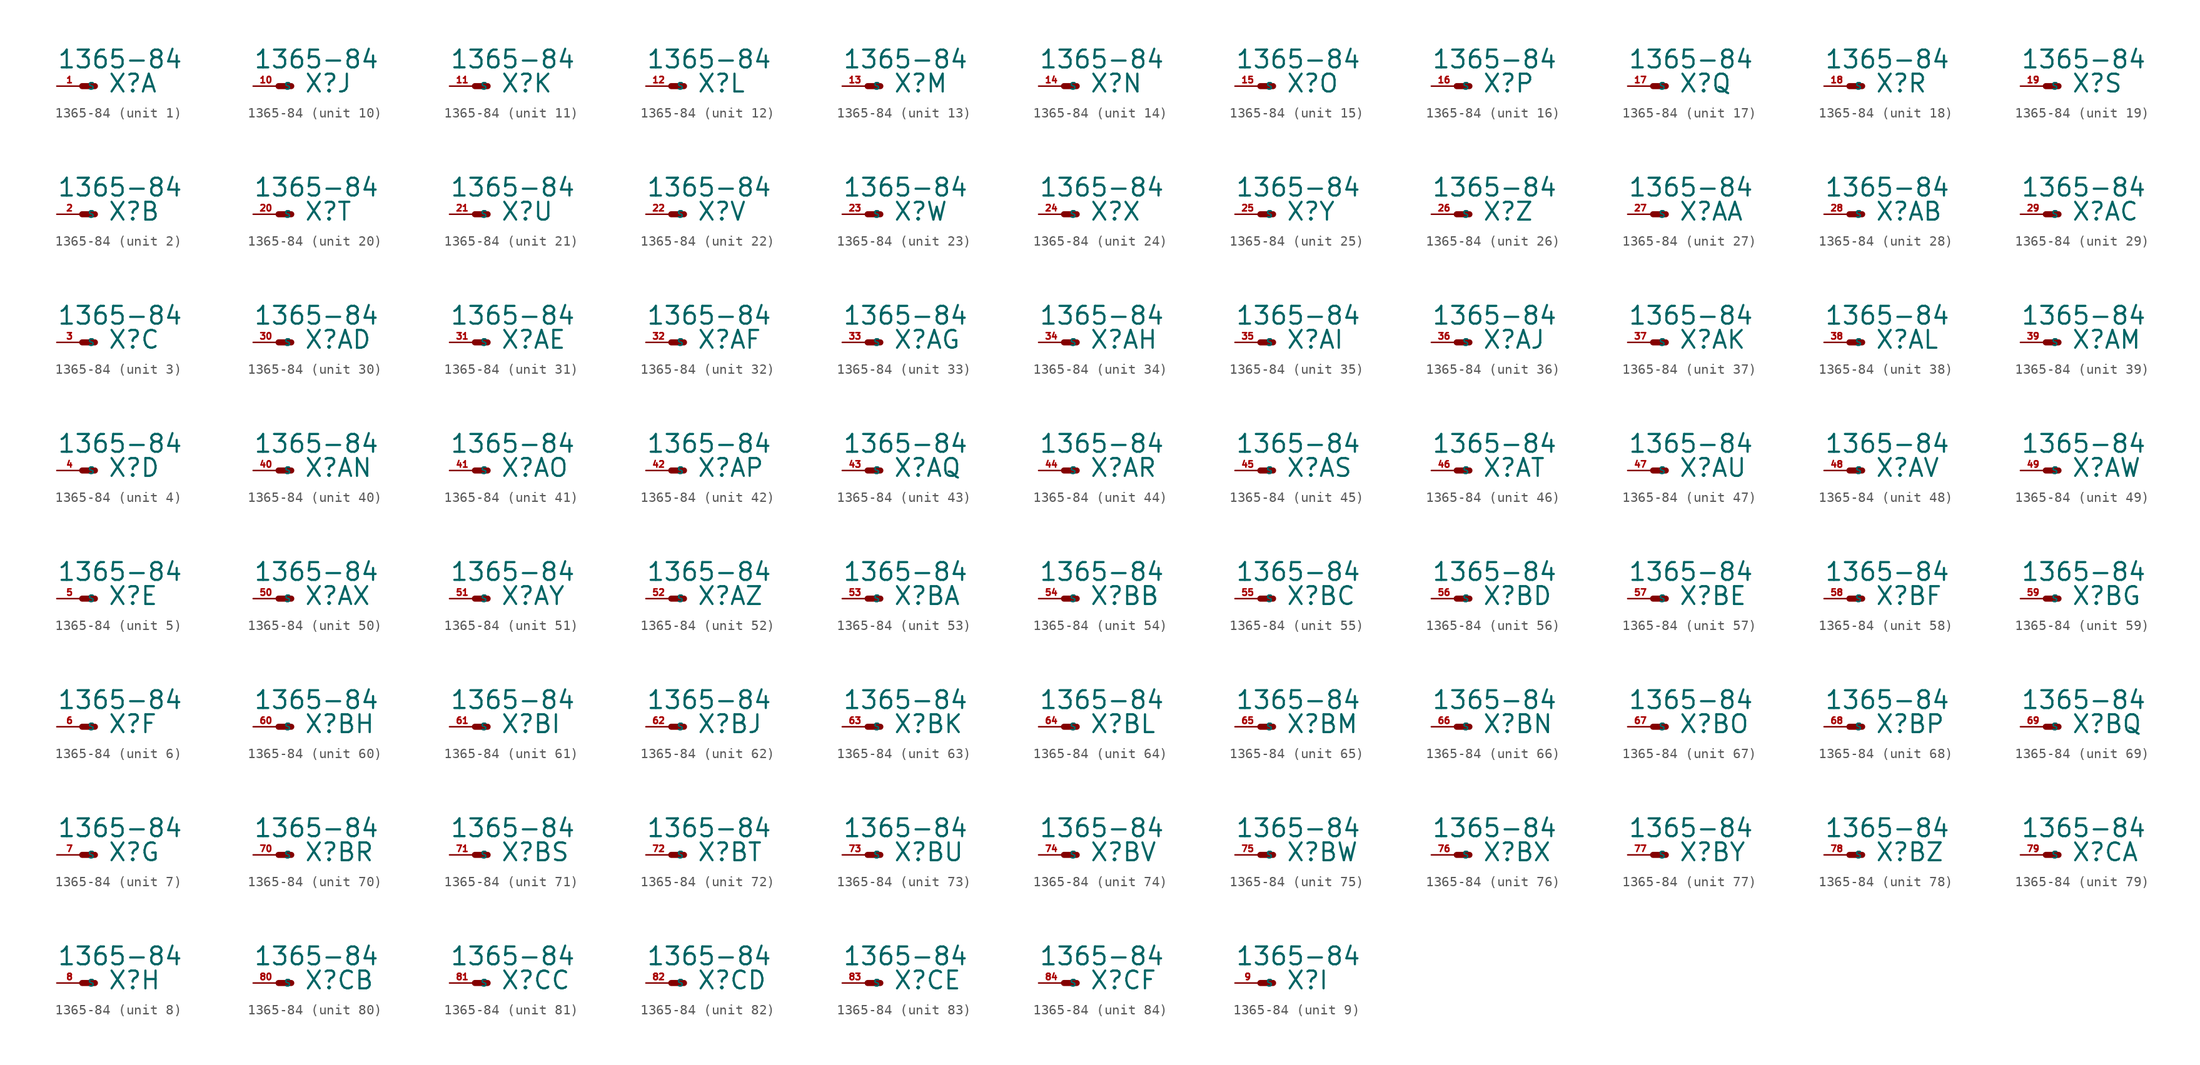
<source format=kicad_sym>
(kicad_symbol_lib
  (version 20220914)
  (generator Eagle2Kicad)
  (symbol "1365-84"
    (property "Reference" "X"
      (at 2.54 -0.762 0)
      (effects (font (size 1.778 1.778) (thickness 0.22)) (justify left bottom)))
    (property "Value" "1365-84"
      (at -2.54 1.651 0)
      (effects (font (size 1.778 1.778) (thickness 0.22)) (justify left bottom)))
    (symbol "1365-84_1_0"
      (polyline (pts (xy 0 0) (xy 1.27 0)) (stroke (width 0.61) (type default)) (fill (type none)))
      (pin passive line (at -2.54 0 0) (length 2.54) (name "S" (effects (font (size 0.635 0.635) (thickness 0.08)) (justify left bottom))) (number "1" (effects (font (size 0.635 0.635) (thickness 0.08)) (justify left bottom)))))
    (symbol "1365-84_2_0"
      (polyline (pts (xy 0 0) (xy 1.27 0)) (stroke (width 0.61) (type default)) (fill (type none)))
      (pin passive line (at -2.54 0 0) (length 2.54) (name "S" (effects (font (size 0.635 0.635) (thickness 0.08)) (justify left bottom))) (number "2" (effects (font (size 0.635 0.635) (thickness 0.08)) (justify left bottom)))))
    (symbol "1365-84_3_0"
      (polyline (pts (xy 0 0) (xy 1.27 0)) (stroke (width 0.61) (type default)) (fill (type none)))
      (pin passive line (at -2.54 0 0) (length 2.54) (name "S" (effects (font (size 0.635 0.635) (thickness 0.08)) (justify left bottom))) (number "3" (effects (font (size 0.635 0.635) (thickness 0.08)) (justify left bottom)))))
    (symbol "1365-84_4_0"
      (polyline (pts (xy 0 0) (xy 1.27 0)) (stroke (width 0.61) (type default)) (fill (type none)))
      (pin passive line (at -2.54 0 0) (length 2.54) (name "S" (effects (font (size 0.635 0.635) (thickness 0.08)) (justify left bottom))) (number "4" (effects (font (size 0.635 0.635) (thickness 0.08)) (justify left bottom)))))
    (symbol "1365-84_5_0"
      (polyline (pts (xy 0 0) (xy 1.27 0)) (stroke (width 0.61) (type default)) (fill (type none)))
      (pin passive line (at -2.54 0 0) (length 2.54) (name "S" (effects (font (size 0.635 0.635) (thickness 0.08)) (justify left bottom))) (number "5" (effects (font (size 0.635 0.635) (thickness 0.08)) (justify left bottom)))))
    (symbol "1365-84_6_0"
      (polyline (pts (xy 0 0) (xy 1.27 0)) (stroke (width 0.61) (type default)) (fill (type none)))
      (pin passive line (at -2.54 0 0) (length 2.54) (name "S" (effects (font (size 0.635 0.635) (thickness 0.08)) (justify left bottom))) (number "6" (effects (font (size 0.635 0.635) (thickness 0.08)) (justify left bottom)))))
    (symbol "1365-84_7_0"
      (polyline (pts (xy 0 0) (xy 1.27 0)) (stroke (width 0.61) (type default)) (fill (type none)))
      (pin passive line (at -2.54 0 0) (length 2.54) (name "S" (effects (font (size 0.635 0.635) (thickness 0.08)) (justify left bottom))) (number "7" (effects (font (size 0.635 0.635) (thickness 0.08)) (justify left bottom)))))
    (symbol "1365-84_8_0"
      (polyline (pts (xy 0 0) (xy 1.27 0)) (stroke (width 0.61) (type default)) (fill (type none)))
      (pin passive line (at -2.54 0 0) (length 2.54) (name "S" (effects (font (size 0.635 0.635) (thickness 0.08)) (justify left bottom))) (number "8" (effects (font (size 0.635 0.635) (thickness 0.08)) (justify left bottom)))))
    (symbol "1365-84_9_0"
      (polyline (pts (xy 0 0) (xy 1.27 0)) (stroke (width 0.61) (type default)) (fill (type none)))
      (pin passive line (at -2.54 0 0) (length 2.54) (name "S" (effects (font (size 0.635 0.635) (thickness 0.08)) (justify left bottom))) (number "9" (effects (font (size 0.635 0.635) (thickness 0.08)) (justify left bottom)))))
    (symbol "1365-84_10_0"
      (polyline (pts (xy 0 0) (xy 1.27 0)) (stroke (width 0.61) (type default)) (fill (type none)))
      (pin passive line (at -2.54 0 0) (length 2.54) (name "S" (effects (font (size 0.635 0.635) (thickness 0.08)) (justify left bottom))) (number "10" (effects (font (size 0.635 0.635) (thickness 0.08)) (justify left bottom)))))
    (symbol "1365-84_11_0"
      (polyline (pts (xy 0 0) (xy 1.27 0)) (stroke (width 0.61) (type default)) (fill (type none)))
      (pin passive line (at -2.54 0 0) (length 2.54) (name "S" (effects (font (size 0.635 0.635) (thickness 0.08)) (justify left bottom))) (number "11" (effects (font (size 0.635 0.635) (thickness 0.08)) (justify left bottom)))))
    (symbol "1365-84_12_0"
      (polyline (pts (xy 0 0) (xy 1.27 0)) (stroke (width 0.61) (type default)) (fill (type none)))
      (pin passive line (at -2.54 0 0) (length 2.54) (name "S" (effects (font (size 0.635 0.635) (thickness 0.08)) (justify left bottom))) (number "12" (effects (font (size 0.635 0.635) (thickness 0.08)) (justify left bottom)))))
    (symbol "1365-84_13_0"
      (polyline (pts (xy 0 0) (xy 1.27 0)) (stroke (width 0.61) (type default)) (fill (type none)))
      (pin passive line (at -2.54 0 0) (length 2.54) (name "S" (effects (font (size 0.635 0.635) (thickness 0.08)) (justify left bottom))) (number "13" (effects (font (size 0.635 0.635) (thickness 0.08)) (justify left bottom)))))
    (symbol "1365-84_14_0"
      (polyline (pts (xy 0 0) (xy 1.27 0)) (stroke (width 0.61) (type default)) (fill (type none)))
      (pin passive line (at -2.54 0 0) (length 2.54) (name "S" (effects (font (size 0.635 0.635) (thickness 0.08)) (justify left bottom))) (number "14" (effects (font (size 0.635 0.635) (thickness 0.08)) (justify left bottom)))))
    (symbol "1365-84_15_0"
      (polyline (pts (xy 0 0) (xy 1.27 0)) (stroke (width 0.61) (type default)) (fill (type none)))
      (pin passive line (at -2.54 0 0) (length 2.54) (name "S" (effects (font (size 0.635 0.635) (thickness 0.08)) (justify left bottom))) (number "15" (effects (font (size 0.635 0.635) (thickness 0.08)) (justify left bottom)))))
    (symbol "1365-84_16_0"
      (polyline (pts (xy 0 0) (xy 1.27 0)) (stroke (width 0.61) (type default)) (fill (type none)))
      (pin passive line (at -2.54 0 0) (length 2.54) (name "S" (effects (font (size 0.635 0.635) (thickness 0.08)) (justify left bottom))) (number "16" (effects (font (size 0.635 0.635) (thickness 0.08)) (justify left bottom)))))
    (symbol "1365-84_17_0"
      (polyline (pts (xy 0 0) (xy 1.27 0)) (stroke (width 0.61) (type default)) (fill (type none)))
      (pin passive line (at -2.54 0 0) (length 2.54) (name "S" (effects (font (size 0.635 0.635) (thickness 0.08)) (justify left bottom))) (number "17" (effects (font (size 0.635 0.635) (thickness 0.08)) (justify left bottom)))))
    (symbol "1365-84_18_0"
      (polyline (pts (xy 0 0) (xy 1.27 0)) (stroke (width 0.61) (type default)) (fill (type none)))
      (pin passive line (at -2.54 0 0) (length 2.54) (name "S" (effects (font (size 0.635 0.635) (thickness 0.08)) (justify left bottom))) (number "18" (effects (font (size 0.635 0.635) (thickness 0.08)) (justify left bottom)))))
    (symbol "1365-84_19_0"
      (polyline (pts (xy 0 0) (xy 1.27 0)) (stroke (width 0.61) (type default)) (fill (type none)))
      (pin passive line (at -2.54 0 0) (length 2.54) (name "S" (effects (font (size 0.635 0.635) (thickness 0.08)) (justify left bottom))) (number "19" (effects (font (size 0.635 0.635) (thickness 0.08)) (justify left bottom)))))
    (symbol "1365-84_20_0"
      (polyline (pts (xy 0 0) (xy 1.27 0)) (stroke (width 0.61) (type default)) (fill (type none)))
      (pin passive line (at -2.54 0 0) (length 2.54) (name "S" (effects (font (size 0.635 0.635) (thickness 0.08)) (justify left bottom))) (number "20" (effects (font (size 0.635 0.635) (thickness 0.08)) (justify left bottom)))))
    (symbol "1365-84_21_0"
      (polyline (pts (xy 0 0) (xy 1.27 0)) (stroke (width 0.61) (type default)) (fill (type none)))
      (pin passive line (at -2.54 0 0) (length 2.54) (name "S" (effects (font (size 0.635 0.635) (thickness 0.08)) (justify left bottom))) (number "21" (effects (font (size 0.635 0.635) (thickness 0.08)) (justify left bottom)))))
    (symbol "1365-84_22_0"
      (polyline (pts (xy 0 0) (xy 1.27 0)) (stroke (width 0.61) (type default)) (fill (type none)))
      (pin passive line (at -2.54 0 0) (length 2.54) (name "S" (effects (font (size 0.635 0.635) (thickness 0.08)) (justify left bottom))) (number "22" (effects (font (size 0.635 0.635) (thickness 0.08)) (justify left bottom)))))
    (symbol "1365-84_23_0"
      (polyline (pts (xy 0 0) (xy 1.27 0)) (stroke (width 0.61) (type default)) (fill (type none)))
      (pin passive line (at -2.54 0 0) (length 2.54) (name "S" (effects (font (size 0.635 0.635) (thickness 0.08)) (justify left bottom))) (number "23" (effects (font (size 0.635 0.635) (thickness 0.08)) (justify left bottom)))))
    (symbol "1365-84_24_0"
      (polyline (pts (xy 0 0) (xy 1.27 0)) (stroke (width 0.61) (type default)) (fill (type none)))
      (pin passive line (at -2.54 0 0) (length 2.54) (name "S" (effects (font (size 0.635 0.635) (thickness 0.08)) (justify left bottom))) (number "24" (effects (font (size 0.635 0.635) (thickness 0.08)) (justify left bottom)))))
    (symbol "1365-84_25_0"
      (polyline (pts (xy 0 0) (xy 1.27 0)) (stroke (width 0.61) (type default)) (fill (type none)))
      (pin passive line (at -2.54 0 0) (length 2.54) (name "S" (effects (font (size 0.635 0.635) (thickness 0.08)) (justify left bottom))) (number "25" (effects (font (size 0.635 0.635) (thickness 0.08)) (justify left bottom)))))
    (symbol "1365-84_26_0"
      (polyline (pts (xy 0 0) (xy 1.27 0)) (stroke (width 0.61) (type default)) (fill (type none)))
      (pin passive line (at -2.54 0 0) (length 2.54) (name "S" (effects (font (size 0.635 0.635) (thickness 0.08)) (justify left bottom))) (number "26" (effects (font (size 0.635 0.635) (thickness 0.08)) (justify left bottom)))))
    (symbol "1365-84_27_0"
      (polyline (pts (xy 0 0) (xy 1.27 0)) (stroke (width 0.61) (type default)) (fill (type none)))
      (pin passive line (at -2.54 0 0) (length 2.54) (name "S" (effects (font (size 0.635 0.635) (thickness 0.08)) (justify left bottom))) (number "27" (effects (font (size 0.635 0.635) (thickness 0.08)) (justify left bottom)))))
    (symbol "1365-84_28_0"
      (polyline (pts (xy 0 0) (xy 1.27 0)) (stroke (width 0.61) (type default)) (fill (type none)))
      (pin passive line (at -2.54 0 0) (length 2.54) (name "S" (effects (font (size 0.635 0.635) (thickness 0.08)) (justify left bottom))) (number "28" (effects (font (size 0.635 0.635) (thickness 0.08)) (justify left bottom)))))
    (symbol "1365-84_29_0"
      (polyline (pts (xy 0 0) (xy 1.27 0)) (stroke (width 0.61) (type default)) (fill (type none)))
      (pin passive line (at -2.54 0 0) (length 2.54) (name "S" (effects (font (size 0.635 0.635) (thickness 0.08)) (justify left bottom))) (number "29" (effects (font (size 0.635 0.635) (thickness 0.08)) (justify left bottom)))))
    (symbol "1365-84_30_0"
      (polyline (pts (xy 0 0) (xy 1.27 0)) (stroke (width 0.61) (type default)) (fill (type none)))
      (pin passive line (at -2.54 0 0) (length 2.54) (name "S" (effects (font (size 0.635 0.635) (thickness 0.08)) (justify left bottom))) (number "30" (effects (font (size 0.635 0.635) (thickness 0.08)) (justify left bottom)))))
    (symbol "1365-84_31_0"
      (polyline (pts (xy 0 0) (xy 1.27 0)) (stroke (width 0.61) (type default)) (fill (type none)))
      (pin passive line (at -2.54 0 0) (length 2.54) (name "S" (effects (font (size 0.635 0.635) (thickness 0.08)) (justify left bottom))) (number "31" (effects (font (size 0.635 0.635) (thickness 0.08)) (justify left bottom)))))
    (symbol "1365-84_32_0"
      (polyline (pts (xy 0 0) (xy 1.27 0)) (stroke (width 0.61) (type default)) (fill (type none)))
      (pin passive line (at -2.54 0 0) (length 2.54) (name "S" (effects (font (size 0.635 0.635) (thickness 0.08)) (justify left bottom))) (number "32" (effects (font (size 0.635 0.635) (thickness 0.08)) (justify left bottom)))))
    (symbol "1365-84_33_0"
      (polyline (pts (xy 0 0) (xy 1.27 0)) (stroke (width 0.61) (type default)) (fill (type none)))
      (pin passive line (at -2.54 0 0) (length 2.54) (name "S" (effects (font (size 0.635 0.635) (thickness 0.08)) (justify left bottom))) (number "33" (effects (font (size 0.635 0.635) (thickness 0.08)) (justify left bottom)))))
    (symbol "1365-84_34_0"
      (polyline (pts (xy 0 0) (xy 1.27 0)) (stroke (width 0.61) (type default)) (fill (type none)))
      (pin passive line (at -2.54 0 0) (length 2.54) (name "S" (effects (font (size 0.635 0.635) (thickness 0.08)) (justify left bottom))) (number "34" (effects (font (size 0.635 0.635) (thickness 0.08)) (justify left bottom)))))
    (symbol "1365-84_35_0"
      (polyline (pts (xy 0 0) (xy 1.27 0)) (stroke (width 0.61) (type default)) (fill (type none)))
      (pin passive line (at -2.54 0 0) (length 2.54) (name "S" (effects (font (size 0.635 0.635) (thickness 0.08)) (justify left bottom))) (number "35" (effects (font (size 0.635 0.635) (thickness 0.08)) (justify left bottom)))))
    (symbol "1365-84_36_0"
      (polyline (pts (xy 0 0) (xy 1.27 0)) (stroke (width 0.61) (type default)) (fill (type none)))
      (pin passive line (at -2.54 0 0) (length 2.54) (name "S" (effects (font (size 0.635 0.635) (thickness 0.08)) (justify left bottom))) (number "36" (effects (font (size 0.635 0.635) (thickness 0.08)) (justify left bottom)))))
    (symbol "1365-84_37_0"
      (polyline (pts (xy 0 0) (xy 1.27 0)) (stroke (width 0.61) (type default)) (fill (type none)))
      (pin passive line (at -2.54 0 0) (length 2.54) (name "S" (effects (font (size 0.635 0.635) (thickness 0.08)) (justify left bottom))) (number "37" (effects (font (size 0.635 0.635) (thickness 0.08)) (justify left bottom)))))
    (symbol "1365-84_38_0"
      (polyline (pts (xy 0 0) (xy 1.27 0)) (stroke (width 0.61) (type default)) (fill (type none)))
      (pin passive line (at -2.54 0 0) (length 2.54) (name "S" (effects (font (size 0.635 0.635) (thickness 0.08)) (justify left bottom))) (number "38" (effects (font (size 0.635 0.635) (thickness 0.08)) (justify left bottom)))))
    (symbol "1365-84_39_0"
      (polyline (pts (xy 0 0) (xy 1.27 0)) (stroke (width 0.61) (type default)) (fill (type none)))
      (pin passive line (at -2.54 0 0) (length 2.54) (name "S" (effects (font (size 0.635 0.635) (thickness 0.08)) (justify left bottom))) (number "39" (effects (font (size 0.635 0.635) (thickness 0.08)) (justify left bottom)))))
    (symbol "1365-84_40_0"
      (polyline (pts (xy 0 0) (xy 1.27 0)) (stroke (width 0.61) (type default)) (fill (type none)))
      (pin passive line (at -2.54 0 0) (length 2.54) (name "S" (effects (font (size 0.635 0.635) (thickness 0.08)) (justify left bottom))) (number "40" (effects (font (size 0.635 0.635) (thickness 0.08)) (justify left bottom)))))
    (symbol "1365-84_41_0"
      (polyline (pts (xy 0 0) (xy 1.27 0)) (stroke (width 0.61) (type default)) (fill (type none)))
      (pin passive line (at -2.54 0 0) (length 2.54) (name "S" (effects (font (size 0.635 0.635) (thickness 0.08)) (justify left bottom))) (number "41" (effects (font (size 0.635 0.635) (thickness 0.08)) (justify left bottom)))))
    (symbol "1365-84_42_0"
      (polyline (pts (xy 0 0) (xy 1.27 0)) (stroke (width 0.61) (type default)) (fill (type none)))
      (pin passive line (at -2.54 0 0) (length 2.54) (name "S" (effects (font (size 0.635 0.635) (thickness 0.08)) (justify left bottom))) (number "42" (effects (font (size 0.635 0.635) (thickness 0.08)) (justify left bottom)))))
    (symbol "1365-84_43_0"
      (polyline (pts (xy 0 0) (xy 1.27 0)) (stroke (width 0.61) (type default)) (fill (type none)))
      (pin passive line (at -2.54 0 0) (length 2.54) (name "S" (effects (font (size 0.635 0.635) (thickness 0.08)) (justify left bottom))) (number "43" (effects (font (size 0.635 0.635) (thickness 0.08)) (justify left bottom)))))
    (symbol "1365-84_44_0"
      (polyline (pts (xy 0 0) (xy 1.27 0)) (stroke (width 0.61) (type default)) (fill (type none)))
      (pin passive line (at -2.54 0 0) (length 2.54) (name "S" (effects (font (size 0.635 0.635) (thickness 0.08)) (justify left bottom))) (number "44" (effects (font (size 0.635 0.635) (thickness 0.08)) (justify left bottom)))))
    (symbol "1365-84_45_0"
      (polyline (pts (xy 0 0) (xy 1.27 0)) (stroke (width 0.61) (type default)) (fill (type none)))
      (pin passive line (at -2.54 0 0) (length 2.54) (name "S" (effects (font (size 0.635 0.635) (thickness 0.08)) (justify left bottom))) (number "45" (effects (font (size 0.635 0.635) (thickness 0.08)) (justify left bottom)))))
    (symbol "1365-84_46_0"
      (polyline (pts (xy 0 0) (xy 1.27 0)) (stroke (width 0.61) (type default)) (fill (type none)))
      (pin passive line (at -2.54 0 0) (length 2.54) (name "S" (effects (font (size 0.635 0.635) (thickness 0.08)) (justify left bottom))) (number "46" (effects (font (size 0.635 0.635) (thickness 0.08)) (justify left bottom)))))
    (symbol "1365-84_47_0"
      (polyline (pts (xy 0 0) (xy 1.27 0)) (stroke (width 0.61) (type default)) (fill (type none)))
      (pin passive line (at -2.54 0 0) (length 2.54) (name "S" (effects (font (size 0.635 0.635) (thickness 0.08)) (justify left bottom))) (number "47" (effects (font (size 0.635 0.635) (thickness 0.08)) (justify left bottom)))))
    (symbol "1365-84_48_0"
      (polyline (pts (xy 0 0) (xy 1.27 0)) (stroke (width 0.61) (type default)) (fill (type none)))
      (pin passive line (at -2.54 0 0) (length 2.54) (name "S" (effects (font (size 0.635 0.635) (thickness 0.08)) (justify left bottom))) (number "48" (effects (font (size 0.635 0.635) (thickness 0.08)) (justify left bottom)))))
    (symbol "1365-84_49_0"
      (polyline (pts (xy 0 0) (xy 1.27 0)) (stroke (width 0.61) (type default)) (fill (type none)))
      (pin passive line (at -2.54 0 0) (length 2.54) (name "S" (effects (font (size 0.635 0.635) (thickness 0.08)) (justify left bottom))) (number "49" (effects (font (size 0.635 0.635) (thickness 0.08)) (justify left bottom)))))
    (symbol "1365-84_50_0"
      (polyline (pts (xy 0 0) (xy 1.27 0)) (stroke (width 0.61) (type default)) (fill (type none)))
      (pin passive line (at -2.54 0 0) (length 2.54) (name "S" (effects (font (size 0.635 0.635) (thickness 0.08)) (justify left bottom))) (number "50" (effects (font (size 0.635 0.635) (thickness 0.08)) (justify left bottom)))))
    (symbol "1365-84_51_0"
      (polyline (pts (xy 0 0) (xy 1.27 0)) (stroke (width 0.61) (type default)) (fill (type none)))
      (pin passive line (at -2.54 0 0) (length 2.54) (name "S" (effects (font (size 0.635 0.635) (thickness 0.08)) (justify left bottom))) (number "51" (effects (font (size 0.635 0.635) (thickness 0.08)) (justify left bottom)))))
    (symbol "1365-84_52_0"
      (polyline (pts (xy 0 0) (xy 1.27 0)) (stroke (width 0.61) (type default)) (fill (type none)))
      (pin passive line (at -2.54 0 0) (length 2.54) (name "S" (effects (font (size 0.635 0.635) (thickness 0.08)) (justify left bottom))) (number "52" (effects (font (size 0.635 0.635) (thickness 0.08)) (justify left bottom)))))
    (symbol "1365-84_53_0"
      (polyline (pts (xy 0 0) (xy 1.27 0)) (stroke (width 0.61) (type default)) (fill (type none)))
      (pin passive line (at -2.54 0 0) (length 2.54) (name "S" (effects (font (size 0.635 0.635) (thickness 0.08)) (justify left bottom))) (number "53" (effects (font (size 0.635 0.635) (thickness 0.08)) (justify left bottom)))))
    (symbol "1365-84_54_0"
      (polyline (pts (xy 0 0) (xy 1.27 0)) (stroke (width 0.61) (type default)) (fill (type none)))
      (pin passive line (at -2.54 0 0) (length 2.54) (name "S" (effects (font (size 0.635 0.635) (thickness 0.08)) (justify left bottom))) (number "54" (effects (font (size 0.635 0.635) (thickness 0.08)) (justify left bottom)))))
    (symbol "1365-84_55_0"
      (polyline (pts (xy 0 0) (xy 1.27 0)) (stroke (width 0.61) (type default)) (fill (type none)))
      (pin passive line (at -2.54 0 0) (length 2.54) (name "S" (effects (font (size 0.635 0.635) (thickness 0.08)) (justify left bottom))) (number "55" (effects (font (size 0.635 0.635) (thickness 0.08)) (justify left bottom)))))
    (symbol "1365-84_56_0"
      (polyline (pts (xy 0 0) (xy 1.27 0)) (stroke (width 0.61) (type default)) (fill (type none)))
      (pin passive line (at -2.54 0 0) (length 2.54) (name "S" (effects (font (size 0.635 0.635) (thickness 0.08)) (justify left bottom))) (number "56" (effects (font (size 0.635 0.635) (thickness 0.08)) (justify left bottom)))))
    (symbol "1365-84_57_0"
      (polyline (pts (xy 0 0) (xy 1.27 0)) (stroke (width 0.61) (type default)) (fill (type none)))
      (pin passive line (at -2.54 0 0) (length 2.54) (name "S" (effects (font (size 0.635 0.635) (thickness 0.08)) (justify left bottom))) (number "57" (effects (font (size 0.635 0.635) (thickness 0.08)) (justify left bottom)))))
    (symbol "1365-84_58_0"
      (polyline (pts (xy 0 0) (xy 1.27 0)) (stroke (width 0.61) (type default)) (fill (type none)))
      (pin passive line (at -2.54 0 0) (length 2.54) (name "S" (effects (font (size 0.635 0.635) (thickness 0.08)) (justify left bottom))) (number "58" (effects (font (size 0.635 0.635) (thickness 0.08)) (justify left bottom)))))
    (symbol "1365-84_59_0"
      (polyline (pts (xy 0 0) (xy 1.27 0)) (stroke (width 0.61) (type default)) (fill (type none)))
      (pin passive line (at -2.54 0 0) (length 2.54) (name "S" (effects (font (size 0.635 0.635) (thickness 0.08)) (justify left bottom))) (number "59" (effects (font (size 0.635 0.635) (thickness 0.08)) (justify left bottom)))))
    (symbol "1365-84_60_0"
      (polyline (pts (xy 0 0) (xy 1.27 0)) (stroke (width 0.61) (type default)) (fill (type none)))
      (pin passive line (at -2.54 0 0) (length 2.54) (name "S" (effects (font (size 0.635 0.635) (thickness 0.08)) (justify left bottom))) (number "60" (effects (font (size 0.635 0.635) (thickness 0.08)) (justify left bottom)))))
    (symbol "1365-84_61_0"
      (polyline (pts (xy 0 0) (xy 1.27 0)) (stroke (width 0.61) (type default)) (fill (type none)))
      (pin passive line (at -2.54 0 0) (length 2.54) (name "S" (effects (font (size 0.635 0.635) (thickness 0.08)) (justify left bottom))) (number "61" (effects (font (size 0.635 0.635) (thickness 0.08)) (justify left bottom)))))
    (symbol "1365-84_62_0"
      (polyline (pts (xy 0 0) (xy 1.27 0)) (stroke (width 0.61) (type default)) (fill (type none)))
      (pin passive line (at -2.54 0 0) (length 2.54) (name "S" (effects (font (size 0.635 0.635) (thickness 0.08)) (justify left bottom))) (number "62" (effects (font (size 0.635 0.635) (thickness 0.08)) (justify left bottom)))))
    (symbol "1365-84_63_0"
      (polyline (pts (xy 0 0) (xy 1.27 0)) (stroke (width 0.61) (type default)) (fill (type none)))
      (pin passive line (at -2.54 0 0) (length 2.54) (name "S" (effects (font (size 0.635 0.635) (thickness 0.08)) (justify left bottom))) (number "63" (effects (font (size 0.635 0.635) (thickness 0.08)) (justify left bottom)))))
    (symbol "1365-84_64_0"
      (polyline (pts (xy 0 0) (xy 1.27 0)) (stroke (width 0.61) (type default)) (fill (type none)))
      (pin passive line (at -2.54 0 0) (length 2.54) (name "S" (effects (font (size 0.635 0.635) (thickness 0.08)) (justify left bottom))) (number "64" (effects (font (size 0.635 0.635) (thickness 0.08)) (justify left bottom)))))
    (symbol "1365-84_65_0"
      (polyline (pts (xy 0 0) (xy 1.27 0)) (stroke (width 0.61) (type default)) (fill (type none)))
      (pin passive line (at -2.54 0 0) (length 2.54) (name "S" (effects (font (size 0.635 0.635) (thickness 0.08)) (justify left bottom))) (number "65" (effects (font (size 0.635 0.635) (thickness 0.08)) (justify left bottom)))))
    (symbol "1365-84_66_0"
      (polyline (pts (xy 0 0) (xy 1.27 0)) (stroke (width 0.61) (type default)) (fill (type none)))
      (pin passive line (at -2.54 0 0) (length 2.54) (name "S" (effects (font (size 0.635 0.635) (thickness 0.08)) (justify left bottom))) (number "66" (effects (font (size 0.635 0.635) (thickness 0.08)) (justify left bottom)))))
    (symbol "1365-84_67_0"
      (polyline (pts (xy 0 0) (xy 1.27 0)) (stroke (width 0.61) (type default)) (fill (type none)))
      (pin passive line (at -2.54 0 0) (length 2.54) (name "S" (effects (font (size 0.635 0.635) (thickness 0.08)) (justify left bottom))) (number "67" (effects (font (size 0.635 0.635) (thickness 0.08)) (justify left bottom)))))
    (symbol "1365-84_68_0"
      (polyline (pts (xy 0 0) (xy 1.27 0)) (stroke (width 0.61) (type default)) (fill (type none)))
      (pin passive line (at -2.54 0 0) (length 2.54) (name "S" (effects (font (size 0.635 0.635) (thickness 0.08)) (justify left bottom))) (number "68" (effects (font (size 0.635 0.635) (thickness 0.08)) (justify left bottom)))))
    (symbol "1365-84_69_0"
      (polyline (pts (xy 0 0) (xy 1.27 0)) (stroke (width 0.61) (type default)) (fill (type none)))
      (pin passive line (at -2.54 0 0) (length 2.54) (name "S" (effects (font (size 0.635 0.635) (thickness 0.08)) (justify left bottom))) (number "69" (effects (font (size 0.635 0.635) (thickness 0.08)) (justify left bottom)))))
    (symbol "1365-84_70_0"
      (polyline (pts (xy 0 0) (xy 1.27 0)) (stroke (width 0.61) (type default)) (fill (type none)))
      (pin passive line (at -2.54 0 0) (length 2.54) (name "S" (effects (font (size 0.635 0.635) (thickness 0.08)) (justify left bottom))) (number "70" (effects (font (size 0.635 0.635) (thickness 0.08)) (justify left bottom)))))
    (symbol "1365-84_71_0"
      (polyline (pts (xy 0 0) (xy 1.27 0)) (stroke (width 0.61) (type default)) (fill (type none)))
      (pin passive line (at -2.54 0 0) (length 2.54) (name "S" (effects (font (size 0.635 0.635) (thickness 0.08)) (justify left bottom))) (number "71" (effects (font (size 0.635 0.635) (thickness 0.08)) (justify left bottom)))))
    (symbol "1365-84_72_0"
      (polyline (pts (xy 0 0) (xy 1.27 0)) (stroke (width 0.61) (type default)) (fill (type none)))
      (pin passive line (at -2.54 0 0) (length 2.54) (name "S" (effects (font (size 0.635 0.635) (thickness 0.08)) (justify left bottom))) (number "72" (effects (font (size 0.635 0.635) (thickness 0.08)) (justify left bottom)))))
    (symbol "1365-84_73_0"
      (polyline (pts (xy 0 0) (xy 1.27 0)) (stroke (width 0.61) (type default)) (fill (type none)))
      (pin passive line (at -2.54 0 0) (length 2.54) (name "S" (effects (font (size 0.635 0.635) (thickness 0.08)) (justify left bottom))) (number "73" (effects (font (size 0.635 0.635) (thickness 0.08)) (justify left bottom)))))
    (symbol "1365-84_74_0"
      (polyline (pts (xy 0 0) (xy 1.27 0)) (stroke (width 0.61) (type default)) (fill (type none)))
      (pin passive line (at -2.54 0 0) (length 2.54) (name "S" (effects (font (size 0.635 0.635) (thickness 0.08)) (justify left bottom))) (number "74" (effects (font (size 0.635 0.635) (thickness 0.08)) (justify left bottom)))))
    (symbol "1365-84_75_0"
      (polyline (pts (xy 0 0) (xy 1.27 0)) (stroke (width 0.61) (type default)) (fill (type none)))
      (pin passive line (at -2.54 0 0) (length 2.54) (name "S" (effects (font (size 0.635 0.635) (thickness 0.08)) (justify left bottom))) (number "75" (effects (font (size 0.635 0.635) (thickness 0.08)) (justify left bottom)))))
    (symbol "1365-84_76_0"
      (polyline (pts (xy 0 0) (xy 1.27 0)) (stroke (width 0.61) (type default)) (fill (type none)))
      (pin passive line (at -2.54 0 0) (length 2.54) (name "S" (effects (font (size 0.635 0.635) (thickness 0.08)) (justify left bottom))) (number "76" (effects (font (size 0.635 0.635) (thickness 0.08)) (justify left bottom)))))
    (symbol "1365-84_77_0"
      (polyline (pts (xy 0 0) (xy 1.27 0)) (stroke (width 0.61) (type default)) (fill (type none)))
      (pin passive line (at -2.54 0 0) (length 2.54) (name "S" (effects (font (size 0.635 0.635) (thickness 0.08)) (justify left bottom))) (number "77" (effects (font (size 0.635 0.635) (thickness 0.08)) (justify left bottom)))))
    (symbol "1365-84_78_0"
      (polyline (pts (xy 0 0) (xy 1.27 0)) (stroke (width 0.61) (type default)) (fill (type none)))
      (pin passive line (at -2.54 0 0) (length 2.54) (name "S" (effects (font (size 0.635 0.635) (thickness 0.08)) (justify left bottom))) (number "78" (effects (font (size 0.635 0.635) (thickness 0.08)) (justify left bottom)))))
    (symbol "1365-84_79_0"
      (polyline (pts (xy 0 0) (xy 1.27 0)) (stroke (width 0.61) (type default)) (fill (type none)))
      (pin passive line (at -2.54 0 0) (length 2.54) (name "S" (effects (font (size 0.635 0.635) (thickness 0.08)) (justify left bottom))) (number "79" (effects (font (size 0.635 0.635) (thickness 0.08)) (justify left bottom)))))
    (symbol "1365-84_80_0"
      (polyline (pts (xy 0 0) (xy 1.27 0)) (stroke (width 0.61) (type default)) (fill (type none)))
      (pin passive line (at -2.54 0 0) (length 2.54) (name "S" (effects (font (size 0.635 0.635) (thickness 0.08)) (justify left bottom))) (number "80" (effects (font (size 0.635 0.635) (thickness 0.08)) (justify left bottom)))))
    (symbol "1365-84_81_0"
      (polyline (pts (xy 0 0) (xy 1.27 0)) (stroke (width 0.61) (type default)) (fill (type none)))
      (pin passive line (at -2.54 0 0) (length 2.54) (name "S" (effects (font (size 0.635 0.635) (thickness 0.08)) (justify left bottom))) (number "81" (effects (font (size 0.635 0.635) (thickness 0.08)) (justify left bottom)))))
    (symbol "1365-84_82_0"
      (polyline (pts (xy 0 0) (xy 1.27 0)) (stroke (width 0.61) (type default)) (fill (type none)))
      (pin passive line (at -2.54 0 0) (length 2.54) (name "S" (effects (font (size 0.635 0.635) (thickness 0.08)) (justify left bottom))) (number "82" (effects (font (size 0.635 0.635) (thickness 0.08)) (justify left bottom)))))
    (symbol "1365-84_83_0"
      (polyline (pts (xy 0 0) (xy 1.27 0)) (stroke (width 0.61) (type default)) (fill (type none)))
      (pin passive line (at -2.54 0 0) (length 2.54) (name "S" (effects (font (size 0.635 0.635) (thickness 0.08)) (justify left bottom))) (number "83" (effects (font (size 0.635 0.635) (thickness 0.08)) (justify left bottom)))))
    (symbol "1365-84_84_0"
      (polyline (pts (xy 0 0) (xy 1.27 0)) (stroke (width 0.61) (type default)) (fill (type none)))
      (pin passive line (at -2.54 0 0) (length 2.54) (name "S" (effects (font (size 0.635 0.635) (thickness 0.08)) (justify left bottom))) (number "84" (effects (font (size 0.635 0.635) (thickness 0.08)) (justify left bottom)))))))
</source>
